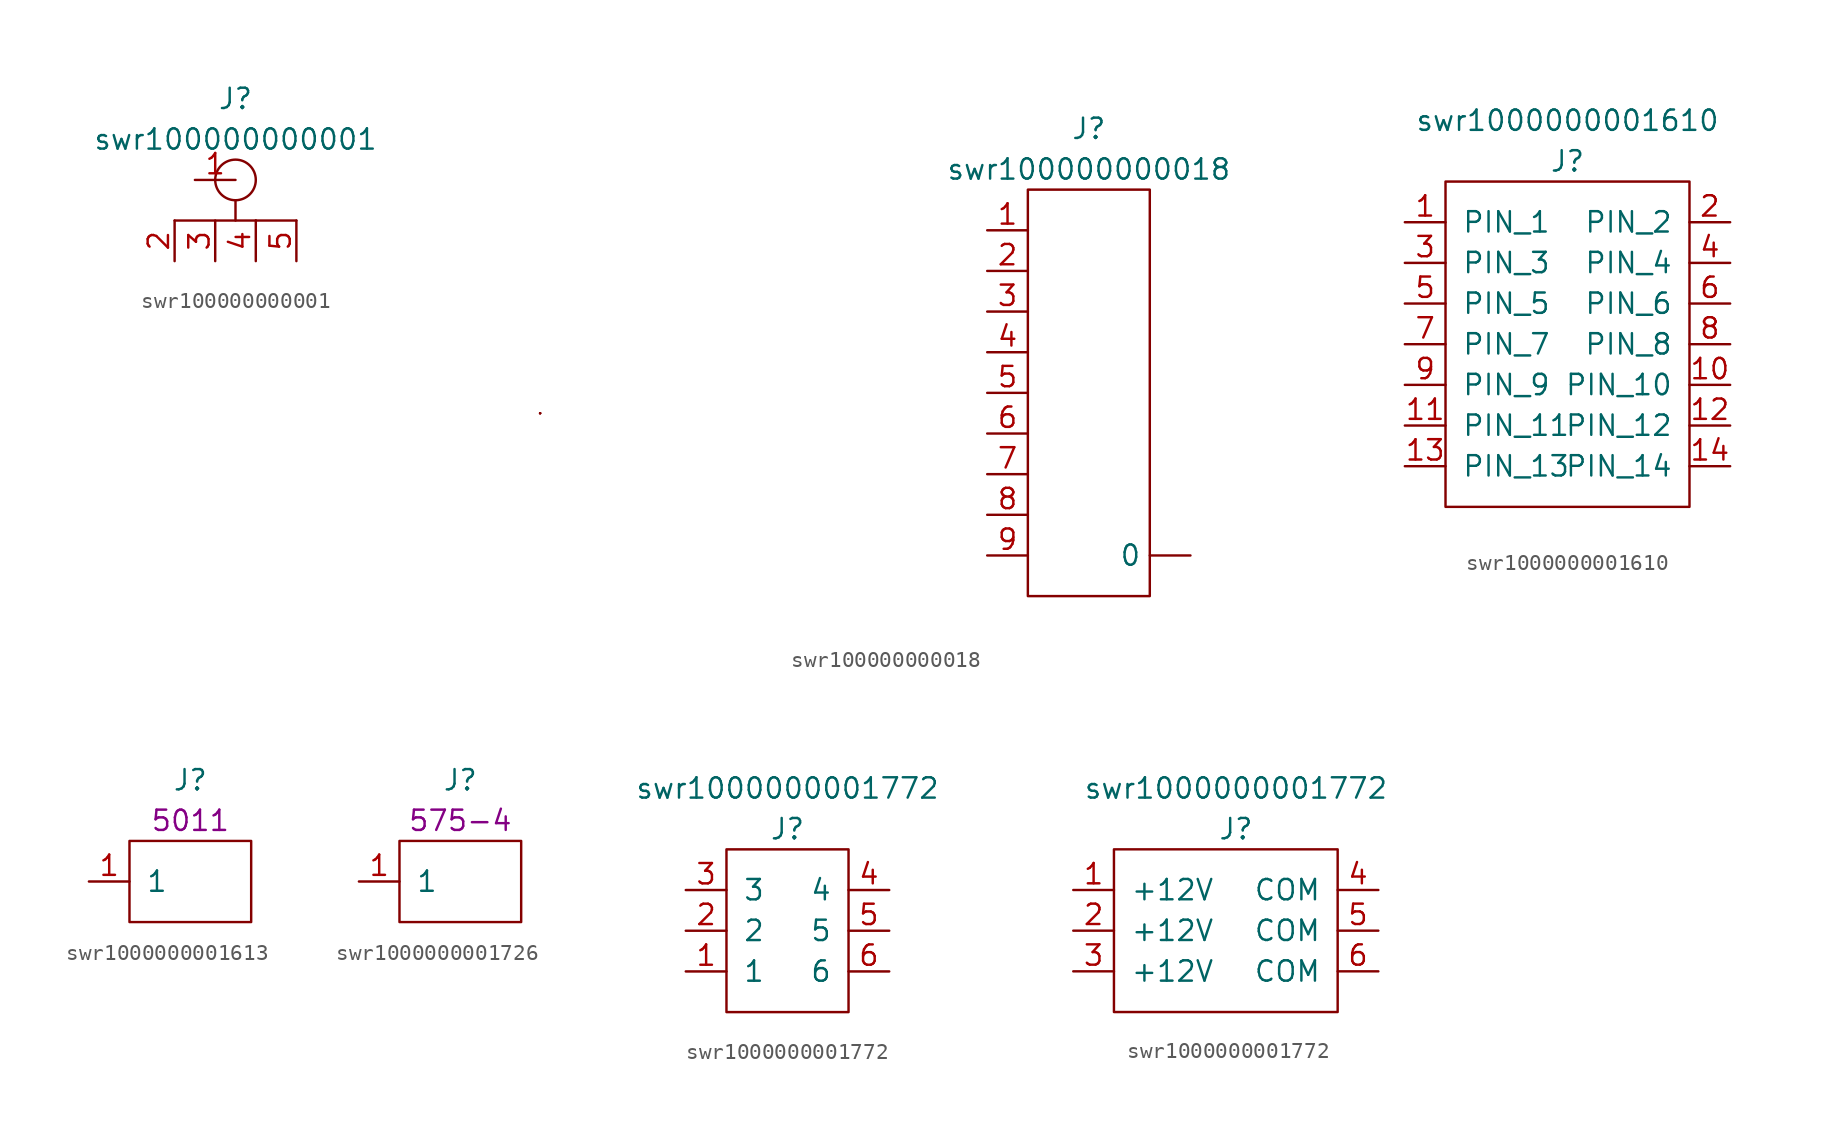
<source format=kicad_sym>
(kicad_symbol_lib
  (version 20220914)
  (generator kicad_symbol_editor)
  (symbol "swr100000000001"
    (pin_names
      (offset 1.016))
    (property "Reference" "J"
      (at 0 5.08 0)
      (effects (font (size 1.27 1.27))))
    (property "Value" "swr100000000001"
      (at 0 2.54 0)
      (effects (font (size 1.27 1.27))))
    (symbol "swr100000000001_0_1"
      (polyline (pts (xy -3.81 -2.54) (xy 1.27 -2.54)) (stroke (width 0) (type default)) (fill (type none)))
      (polyline (pts (xy 0 -1.27) (xy 0 -2.54)) (stroke (width 0) (type default)) (fill (type none)))
      (polyline (pts (xy 1.27 -2.54) (xy 3.81 -2.54)) (stroke (width 0) (type default)) (fill (type none)))
      (circle (center 0 0) (radius 1.27) (stroke (width 0) (type default)) (fill (type none))))
    (symbol "swr100000000001_1_1"
      (pin unspecified line (at -2.54 0 0) (length 2.54) (name "~" (effects (font (size 1.27 1.27)))) (number "1" (effects (font (size 1.27 1.27)))))
      (pin unspecified line (at -3.81 -5.08 90) (length 2.54) (name "~" (effects (font (size 1.27 1.27)))) (number "2" (effects (font (size 1.27 1.27)))))
      (pin unspecified line (at -1.27 -5.08 90) (length 2.54) (name "~" (effects (font (size 1.27 1.27)))) (number "3" (effects (font (size 1.27 1.27)))))
      (pin unspecified line (at 1.27 -5.08 90) (length 2.54) (name "~" (effects (font (size 1.27 1.27)))) (number "4" (effects (font (size 1.27 1.27)))))
      (pin unspecified line (at 3.81 -5.08 90) (length 2.54) (name "~" (effects (font (size 1.27 1.27)))) (number "5" (effects (font (size 1.27 1.27)))))))
  (symbol "swr100000000018"
    (property "Reference" "J"
      (at 0 3.81 0)
      (effects (font (size 1.27 1.27))))
    (property "Value" "swr100000000018"
      (at 0 1.27 0)
      (effects (font (size 1.27 1.27))))
    (symbol "swr100000000018_0_1"
      (rectangle (start -34.29 -13.97) (end -34.29 -13.97) (stroke (width 0) (type default)) (fill (type none)))
      (rectangle (start -34.29 -13.97) (end -34.29 -13.97) (stroke (width 0) (type default)) (fill (type none)))
      (rectangle (start -34.29 -13.97) (end -34.29 -13.97) (stroke (width 0) (type default)) (fill (type none)))
      (rectangle (start -34.29 -13.97) (end -34.29 -13.97) (stroke (width 0) (type default)) (fill (type none)))
      (rectangle (start -3.81 0) (end 3.81 -25.4) (stroke (width 0) (type default)) (fill (type none))))
    (symbol "swr100000000018_1_1"
      (pin unspecified line (at 6.35 -22.86 180) (length 2.54) (name "0" (effects (font (size 1.27 1.27)))) (number "" (effects (font (size 1.27 1.27)))))
      (pin unspecified line (at -6.35 -2.54 0) (length 2.54) (name "" (effects (font (size 1.27 1.27)))) (number "1" (effects (font (size 1.27 1.27)))))
      (pin unspecified line (at -6.35 -5.08 0) (length 2.54) (name "" (effects (font (size 1.27 1.27)))) (number "2" (effects (font (size 1.27 1.27)))))
      (pin unspecified line (at -6.35 -7.62 0) (length 2.54) (name "" (effects (font (size 1.27 1.27)))) (number "3" (effects (font (size 1.27 1.27)))))
      (pin unspecified line (at -6.35 -10.16 0) (length 2.54) (name "" (effects (font (size 1.27 1.27)))) (number "4" (effects (font (size 1.27 1.27)))))
      (pin unspecified line (at -6.35 -12.7 0) (length 2.54) (name "" (effects (font (size 1.27 1.27)))) (number "5" (effects (font (size 1.27 1.27)))))
      (pin unspecified line (at -6.35 -15.24 0) (length 2.54) (name "" (effects (font (size 1.27 1.27)))) (number "6" (effects (font (size 1.27 1.27)))))
      (pin unspecified line (at -6.35 -17.78 0) (length 2.54) (name "" (effects (font (size 1.27 1.27)))) (number "7" (effects (font (size 1.27 1.27)))))
      (pin unspecified line (at -6.35 -20.32 0) (length 2.54) (name "" (effects (font (size 1.27 1.27)))) (number "8" (effects (font (size 1.27 1.27)))))
      (pin unspecified line (at -6.35 -22.86 0) (length 2.54) (name "" (effects (font (size 1.27 1.27)))) (number "9" (effects (font (size 1.27 1.27)))))))
  (symbol "swr1000000001610"
    (pin_names
      (offset 1.016))
    (property "Reference" "J"
      (at 0 10.16 0)
      (effects (font (size 1.27 1.27))))
    (property "Value" "swr1000000001610"
      (at 0 12.7 0)
      (effects (font (size 1.27 1.27))))
    (symbol "swr1000000001610_0_0"
      (pin passive line (at -10.16 6.35 0) (length 2.54) (name "PIN_1" (effects (font (size 1.27 1.27)))) (number "1" (effects (font (size 1.27 1.27)))))
      (pin passive line (at 10.16 -3.81 180) (length 2.54) (name "PIN_10" (effects (font (size 1.27 1.27)))) (number "10" (effects (font (size 1.27 1.27)))))
      (pin passive line (at -10.16 -6.35 0) (length 2.54) (name "PIN_11" (effects (font (size 1.27 1.27)))) (number "11" (effects (font (size 1.27 1.27)))))
      (pin passive line (at 10.16 -6.35 180) (length 2.54) (name "PIN_12" (effects (font (size 1.27 1.27)))) (number "12" (effects (font (size 1.27 1.27)))))
      (pin passive line (at -10.16 -8.89 0) (length 2.54) (name "PIN_13" (effects (font (size 1.27 1.27)))) (number "13" (effects (font (size 1.27 1.27)))))
      (pin passive line (at 10.16 -8.89 180) (length 2.54) (name "PIN_14" (effects (font (size 1.27 1.27)))) (number "14" (effects (font (size 1.27 1.27)))))
      (pin passive line (at 10.16 6.35 180) (length 2.54) (name "PIN_2" (effects (font (size 1.27 1.27)))) (number "2" (effects (font (size 1.27 1.27)))))
      (pin passive line (at -10.16 3.81 0) (length 2.54) (name "PIN_3" (effects (font (size 1.27 1.27)))) (number "3" (effects (font (size 1.27 1.27)))))
      (pin passive line (at 10.16 3.81 180) (length 2.54) (name "PIN_4" (effects (font (size 1.27 1.27)))) (number "4" (effects (font (size 1.27 1.27)))))
      (pin passive line (at -10.16 1.27 0) (length 2.54) (name "PIN_5" (effects (font (size 1.27 1.27)))) (number "5" (effects (font (size 1.27 1.27)))))
      (pin passive line (at 10.16 1.27 180) (length 2.54) (name "PIN_6" (effects (font (size 1.27 1.27)))) (number "6" (effects (font (size 1.27 1.27)))))
      (pin passive line (at -10.16 -1.27 0) (length 2.54) (name "PIN_7" (effects (font (size 1.27 1.27)))) (number "7" (effects (font (size 1.27 1.27)))))
      (pin passive line (at 10.16 -1.27 180) (length 2.54) (name "PIN_8" (effects (font (size 1.27 1.27)))) (number "8" (effects (font (size 1.27 1.27)))))
      (pin passive line (at -10.16 -3.81 0) (length 2.54) (name "PIN_9" (effects (font (size 1.27 1.27)))) (number "9" (effects (font (size 1.27 1.27))))))
    (symbol "swr1000000001610_0_1"
      (rectangle (start -7.62 8.89) (end 7.62 -11.43) (stroke (width 0) (type default)) (fill (type none)))))
  (symbol "swr1000000001613"
    (pin_names
      (offset 1.016))
    (property "Reference" "J"
      (at 0 3.81 0)
      (effects (font (size 1.27 1.27))))
    (property "PartValue" "5011"
      (at 0 1.27 0)
      (effects (font (size 1.27 1.27))))
    (symbol "swr1000000001613_0_1"
      (rectangle (start -3.81 0) (end 3.81 -5.08) (stroke (width 0) (type default)) (fill (type none)))
      (pin passive line (at -6.35 -2.54 0) (length 2.54) (name "1" (effects (font (size 1.27 1.27)))) (number "1" (effects (font (size 1.27 1.27)))))))
  (symbol "swr1000000001726"
    (pin_names
      (offset 1.016))
    (property "Reference" "J"
      (at 0 3.81 0)
      (effects (font (size 1.27 1.27))))
    (property "PartValue" "575-4"
      (at 0 1.27 0)
      (effects (font (size 1.27 1.27))))
    (symbol "swr1000000001726_0_1"
      (rectangle (start -3.81 0) (end 3.81 -5.08) (stroke (width 0) (type default)) (fill (type none)))
      (pin passive line (at -6.35 -2.54 0) (length 2.54) (name "1" (effects (font (size 1.27 1.27)))) (number "1" (effects (font (size 1.27 1.27)))))))
  (symbol "swr1000000001772"
    (pin_names
      (offset 1.016))
    (property "Reference" "J"
      (at 0 6.35 0)
      (effects (font (size 1.27 1.27))))
    (property "Value" "swr1000000001772"
      (at 0 8.89 0)
      (effects (font (size 1.27 1.27))))
    (symbol "swr1000000001772_0_1"
      (rectangle (start -3.81 5.08) (end 3.81 -5.08) (stroke (width 0) (type default)) (fill (type none))))
    (symbol "swr1000000001772_0_2"
      (rectangle (start -7.62 5.08) (end 6.35 -5.08) (stroke (width 0) (type default)) (fill (type none))))
    (symbol "swr1000000001772_1_1"
      (pin unspecified line (at -6.35 -2.54 0) (length 2.54) (name "1" (effects (font (size 1.27 1.27)))) (number "1" (effects (font (size 1.27 1.27)))))
      (pin unspecified line (at -6.35 0 0) (length 2.54) (name "2" (effects (font (size 1.27 1.27)))) (number "2" (effects (font (size 1.27 1.27)))))
      (pin unspecified line (at -6.35 2.54 0) (length 2.54) (name "3" (effects (font (size 1.27 1.27)))) (number "3" (effects (font (size 1.27 1.27)))))
      (pin unspecified line (at 6.35 2.54 180) (length 2.54) (name "4" (effects (font (size 1.27 1.27)))) (number "4" (effects (font (size 1.27 1.27)))))
      (pin unspecified line (at 6.35 0 180) (length 2.54) (name "5" (effects (font (size 1.27 1.27)))) (number "5" (effects (font (size 1.27 1.27)))))
      (pin unspecified line (at 6.35 -2.54 180) (length 2.54) (name "6" (effects (font (size 1.27 1.27)))) (number "6" (effects (font (size 1.27 1.27))))))
    (symbol "swr1000000001772_1_2"
      (pin unspecified line (at -10.16 2.54 0) (length 2.54) (name "+12V" (effects (font (size 1.27 1.27)))) (number "1" (effects (font (size 1.27 1.27)))))
      (pin unspecified line (at -10.16 0 0) (length 2.54) (name "+12V" (effects (font (size 1.27 1.27)))) (number "2" (effects (font (size 1.27 1.27)))))
      (pin unspecified line (at -10.16 -2.54 0) (length 2.54) (name "+12V" (effects (font (size 1.27 1.27)))) (number "3" (effects (font (size 1.27 1.27)))))
      (pin unspecified line (at 8.89 2.54 180) (length 2.54) (name "COM" (effects (font (size 1.27 1.27)))) (number "4" (effects (font (size 1.27 1.27)))))
      (pin unspecified line (at 8.89 0 180) (length 2.54) (name "COM" (effects (font (size 1.27 1.27)))) (number "5" (effects (font (size 1.27 1.27)))))
      (pin unspecified line (at 8.89 -2.54 180) (length 2.54) (name "COM" (effects (font (size 1.27 1.27)))) (number "6" (effects (font (size 1.27 1.27))))))))
</source>
